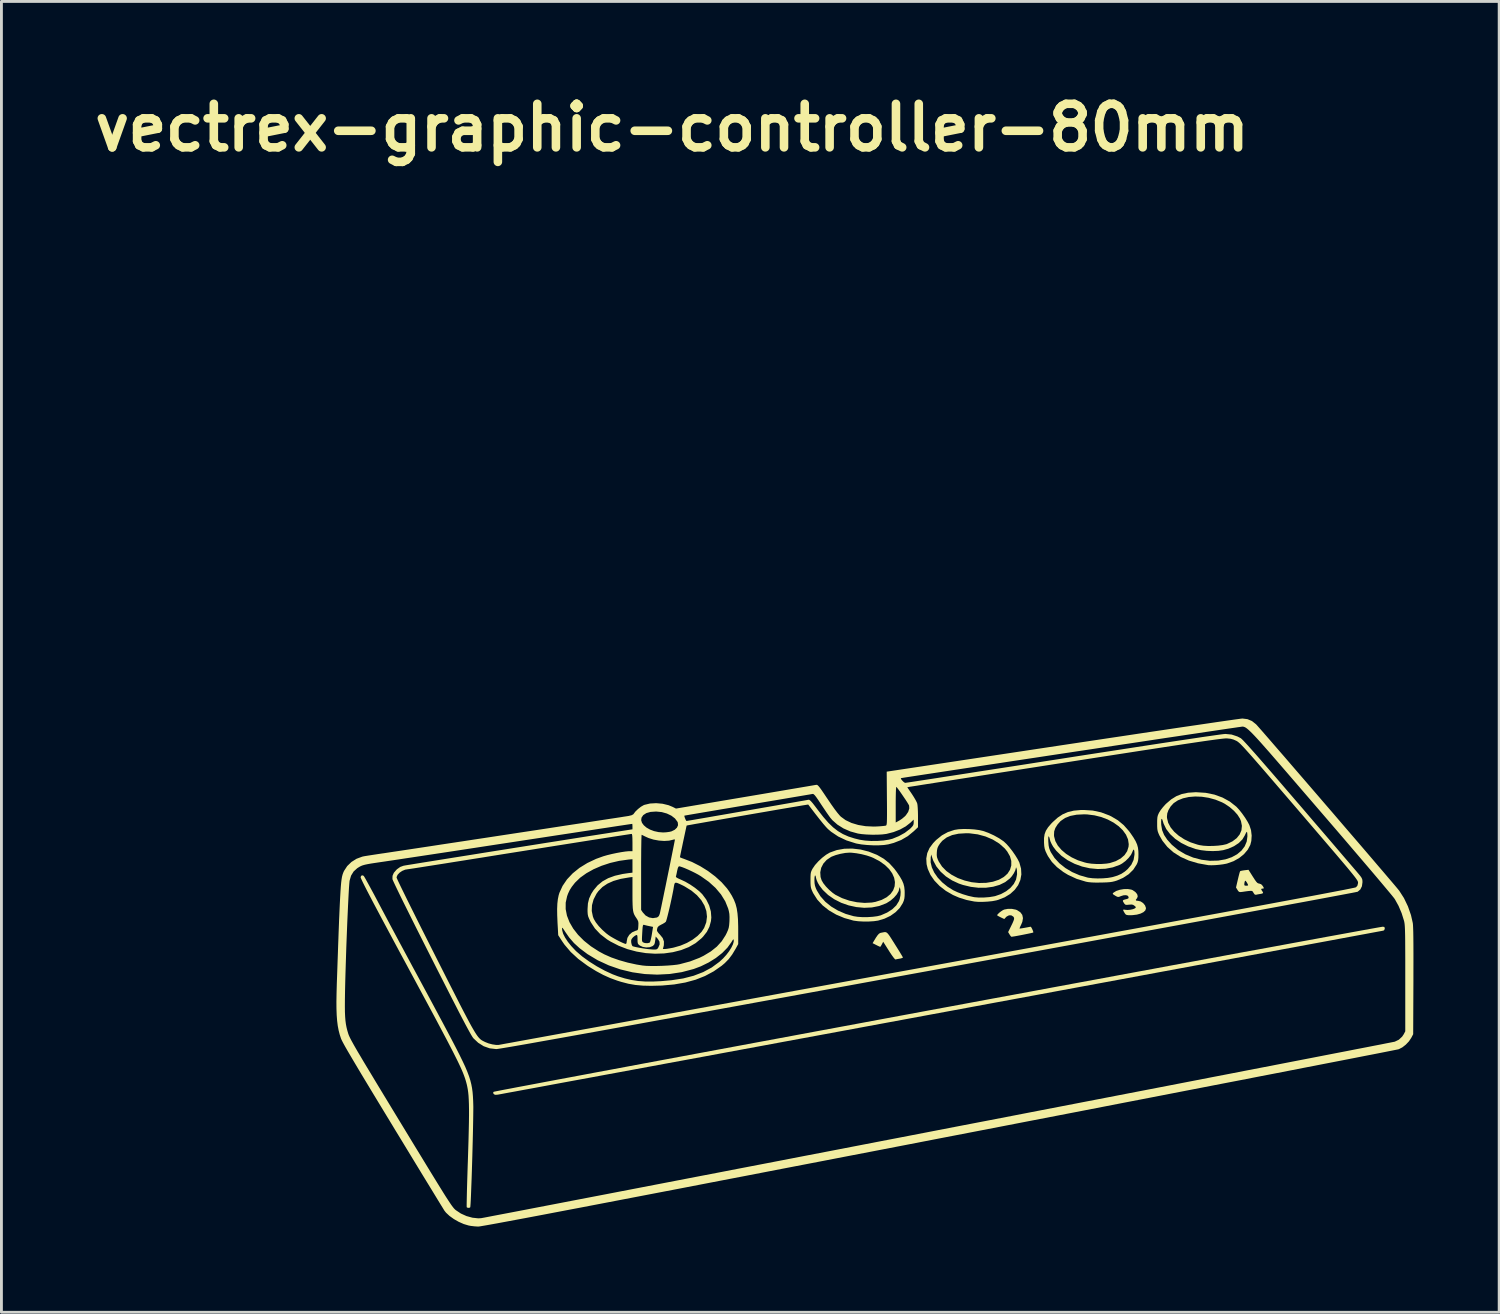
<source format=kicad_pcb>
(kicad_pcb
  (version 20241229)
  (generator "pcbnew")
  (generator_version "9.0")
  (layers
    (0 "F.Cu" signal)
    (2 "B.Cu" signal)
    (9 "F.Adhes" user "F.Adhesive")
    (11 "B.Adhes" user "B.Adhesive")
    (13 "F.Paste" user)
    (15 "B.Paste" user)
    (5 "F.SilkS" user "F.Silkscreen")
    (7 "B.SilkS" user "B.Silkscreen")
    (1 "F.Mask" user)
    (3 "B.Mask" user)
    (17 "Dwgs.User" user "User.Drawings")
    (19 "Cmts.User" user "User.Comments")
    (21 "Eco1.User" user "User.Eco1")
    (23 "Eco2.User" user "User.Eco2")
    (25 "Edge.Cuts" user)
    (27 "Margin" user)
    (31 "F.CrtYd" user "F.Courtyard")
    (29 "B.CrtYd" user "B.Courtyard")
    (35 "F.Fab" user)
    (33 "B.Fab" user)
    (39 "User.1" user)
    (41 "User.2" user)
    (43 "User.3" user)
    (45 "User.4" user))
  (footprint "vectrex-graphic-controller-80mm"
    (layer "F.Cu")
    (at 20.472 1.418)
    (property "Reference" "vectrex-graphic-controller-80mm" (at 0 0 0) (layer "F.SilkS") (effects (font (size 1.524 1.524) (thickness 0.3))))
    (attr board_only exclude_from_pos_files exclude_from_bom)
    (fp_poly (pts (xy 7.474 28.158) (xy 7.512 28.173) (xy 7.551 28.207) (xy 7.596 28.264) (xy 7.654 28.351) (xy 7.73 28.471) (xy 7.8 28.582) (xy 7.884 28.716) (xy 7.958 28.835) (xy 8.018 28.934) (xy 8.06 29.005) (xy 8.08 29.043) (xy 8.081 29.047) (xy 8.058 29.063) (xy 8.001 29.08) (xy 7.964 29.087) (xy 7.888 29.1) (xy 7.832 29.112) (xy 7.819 29.115) (xy 7.797 29.099) (xy 7.753 29.047) (xy 7.694 28.966) (xy 7.625 28.864) (xy 7.591 28.81) (xy 7.391 28.494) (xy 7.345 28.583) (xy 7.313 28.64) (xy 7.29 28.671) (xy 7.286 28.673) (xy 7.259 28.662) (xy 7.2 28.635) (xy 7.147 28.608) (xy 7.02 28.544) (xy 7.068 28.464) (xy 7.139 28.346) (xy 7.195 28.266) (xy 7.24 28.216) (xy 7.281 28.19) (xy 7.307 28.182) (xy 7.377 28.168) (xy 7.431 28.158)) (stroke (width 0) (type solid)) (fill yes) (layer "F.SilkS"))
    (fp_poly (pts (xy 11.898 27.344) (xy 12.03 27.37) (xy 12.073 27.386) (xy 12.189 27.46) (xy 12.259 27.554) (xy 12.283 27.667) (xy 12.261 27.798) (xy 12.22 27.896) (xy 12.186 27.966) (xy 12.166 28.016) (xy 12.164 28.031) (xy 12.191 28.031) (xy 12.254 28.022) (xy 12.342 28.007) (xy 12.36 28.004) (xy 12.451 27.987) (xy 12.518 27.974) (xy 12.551 27.968) (xy 12.553 27.968) (xy 12.572 27.988) (xy 12.6 28.037) (xy 12.626 28.096) (xy 12.644 28.147) (xy 12.645 28.17) (xy 12.616 28.179) (xy 12.549 28.195) (xy 12.453 28.215) (xy 12.34 28.238) (xy 12.219 28.262) (xy 12.102 28.284) (xy 11.999 28.303) (xy 11.921 28.315) (xy 11.879 28.32) (xy 11.878 28.32) (xy 11.856 28.301) (xy 11.821 28.252) (xy 11.813 28.238) (xy 11.764 28.156) (xy 11.857 27.968) (xy 11.916 27.847) (xy 11.953 27.761) (xy 11.971 27.703) (xy 11.972 27.662) (xy 11.957 27.63) (xy 11.943 27.613) (xy 11.875 27.571) (xy 11.794 27.57) (xy 11.715 27.61) (xy 11.691 27.632) (xy 11.629 27.699) (xy 11.504 27.64) (xy 11.435 27.605) (xy 11.389 27.577) (xy 11.378 27.566) (xy 11.398 27.532) (xy 11.447 27.484) (xy 11.512 27.433) (xy 11.579 27.389) (xy 11.628 27.367) (xy 11.756 27.343)) (stroke (width 0) (type solid)) (fill yes) (layer "F.SilkS"))
    (fp_poly (pts (xy 20.328 26.215) (xy 20.397 26.322) (xy 20.447 26.392) (xy 20.486 26.433) (xy 20.519 26.452) (xy 20.546 26.456) (xy 20.62 26.482) (xy 20.666 26.53) (xy 20.705 26.591) (xy 20.713 26.622) (xy 20.69 26.633) (xy 20.667 26.633) (xy 20.626 26.642) (xy 20.624 26.671) (xy 20.656 26.72) (xy 20.686 26.768) (xy 20.681 26.796) (xy 20.636 26.813) (xy 20.586 26.822) (xy 20.508 26.835) (xy 20.447 26.848) (xy 20.436 26.851) (xy 20.393 26.84) (xy 20.352 26.783) (xy 20.334 26.749) (xy 20.316 26.727) (xy 20.289 26.715) (xy 20.244 26.713) (xy 20.173 26.719) (xy 20.067 26.733) (xy 19.96 26.749) (xy 19.888 26.756) (xy 19.846 26.747) (xy 19.813 26.714) (xy 19.792 26.68) (xy 19.74 26.596) (xy 19.761 26.504) (xy 20.03 26.504) (xy 20.046 26.528) (xy 20.091 26.533) (xy 20.093 26.533) (xy 20.144 26.529) (xy 20.164 26.519) (xy 20.152 26.481) (xy 20.124 26.429) (xy 20.092 26.381) (xy 20.067 26.357) (xy 20.065 26.357) (xy 20.048 26.379) (xy 20.035 26.433) (xy 20.033 26.445) (xy 20.03 26.504) (xy 19.761 26.504) (xy 19.804 26.319) (xy 19.831 26.207) (xy 19.855 26.113) (xy 19.874 26.049) (xy 19.884 26.025) (xy 19.916 26.013) (xy 19.981 26) (xy 20.038 25.992) (xy 20.177 25.976)) (stroke (width 0) (type solid)) (fill yes) (layer "F.SilkS"))
    (fp_poly (pts (xy 16.071 26.668) (xy 16.124 26.689) (xy 16.219 26.755) (xy 16.279 26.828) (xy 16.3 26.902) (xy 16.278 26.968) (xy 16.265 26.983) (xy 16.232 27.027) (xy 16.243 27.053) (xy 16.301 27.062) (xy 16.31 27.062) (xy 16.403 27.084) (xy 16.489 27.141) (xy 16.555 27.221) (xy 16.587 27.31) (xy 16.588 27.328) (xy 16.566 27.397) (xy 16.5 27.459) (xy 16.399 27.509) (xy 16.27 27.545) (xy 16.12 27.563) (xy 16.059 27.565) (xy 15.968 27.564) (xy 15.912 27.556) (xy 15.877 27.537) (xy 15.848 27.5) (xy 15.836 27.48) (xy 15.797 27.412) (xy 15.789 27.377) (xy 15.813 27.368) (xy 15.858 27.376) (xy 15.944 27.383) (xy 16.045 27.374) (xy 16.138 27.353) (xy 16.204 27.324) (xy 16.204 27.323) (xy 16.232 27.296) (xy 16.227 27.272) (xy 16.187 27.235) (xy 16.139 27.203) (xy 16.085 27.191) (xy 16.004 27.196) (xy 15.994 27.197) (xy 15.917 27.204) (xy 15.871 27.198) (xy 15.839 27.171) (xy 15.812 27.131) (xy 15.783 27.08) (xy 15.781 27.047) (xy 15.814 27.026) (xy 15.887 27.006) (xy 15.918 26.999) (xy 15.969 26.979) (xy 15.982 26.941) (xy 15.98 26.928) (xy 15.952 26.885) (xy 15.89 26.864) (xy 15.805 26.868) (xy 15.71 26.897) (xy 15.706 26.899) (xy 15.647 26.923) (xy 15.604 26.926) (xy 15.556 26.907) (xy 15.509 26.88) (xy 15.448 26.841) (xy 15.425 26.817) (xy 15.433 26.794) (xy 15.451 26.777) (xy 15.545 26.718) (xy 15.671 26.676) (xy 15.811 26.652) (xy 15.95 26.649)) (stroke (width 0) (type solid)) (fill yes) (layer "F.SilkS"))
    (fp_poly (pts (xy -10.793 26.188) (xy -10.774 26.216) (xy -10.734 26.284) (xy -10.677 26.387) (xy -10.603 26.521) (xy -10.517 26.68) (xy -10.42 26.859) (xy -10.316 27.055) (xy -10.253 27.175) (xy -10.144 27.381) (xy -10.015 27.624) (xy -9.871 27.895) (xy -9.715 28.186) (xy -9.553 28.489) (xy -9.388 28.796) (xy -9.225 29.099) (xy -9.069 29.39) (xy -8.994 29.528) (xy -8.848 29.798) (xy -8.699 30.075) (xy -8.55 30.351) (xy -8.405 30.621) (xy -8.268 30.877) (xy -8.141 31.114) (xy -8.028 31.325) (xy -7.934 31.502) (xy -7.879 31.605) (xy -7.709 31.927) (xy -7.562 32.21) (xy -7.436 32.458) (xy -7.329 32.677) (xy -7.239 32.869) (xy -7.166 33.042) (xy -7.107 33.198) (xy -7.061 33.343) (xy -7.026 33.482) (xy -7 33.618) (xy -6.981 33.758) (xy -6.969 33.905) (xy -6.961 34.064) (xy -6.957 34.186) (xy -6.955 34.278) (xy -6.956 34.408) (xy -6.958 34.573) (xy -6.961 34.766) (xy -6.965 34.983) (xy -6.97 35.22) (xy -6.976 35.47) (xy -6.983 35.73) (xy -6.99 35.994) (xy -6.998 36.258) (xy -7.006 36.515) (xy -7.014 36.763) (xy -7.023 36.995) (xy -7.031 37.206) (xy -7.038 37.393) (xy -7.045 37.549) (xy -7.052 37.67) (xy -7.058 37.752) (xy -7.063 37.788) (xy -7.063 37.789) (xy -7.099 37.808) (xy -7.15 37.807) (xy -7.186 37.787) (xy -7.188 37.758) (xy -7.188 37.683) (xy -7.186 37.567) (xy -7.183 37.413) (xy -7.179 37.227) (xy -7.173 37.012) (xy -7.166 36.773) (xy -7.158 36.514) (xy -7.149 36.239) (xy -7.147 36.194) (xy -7.134 35.784) (xy -7.123 35.421) (xy -7.115 35.1) (xy -7.109 34.819) (xy -7.106 34.574) (xy -7.106 34.362) (xy -7.109 34.178) (xy -7.115 34.019) (xy -7.123 33.881) (xy -7.135 33.762) (xy -7.15 33.656) (xy -7.168 33.562) (xy -7.183 33.493) (xy -7.202 33.421) (xy -7.222 33.35) (xy -7.245 33.277) (xy -7.272 33.201) (xy -7.303 33.118) (xy -7.34 33.027) (xy -7.385 32.925) (xy -7.438 32.81) (xy -7.5 32.68) (xy -7.574 32.532) (xy -7.659 32.363) (xy -7.757 32.173) (xy -7.869 31.957) (xy -7.997 31.715) (xy -8.141 31.443) (xy -8.302 31.14) (xy -8.483 30.803) (xy -8.684 30.429) (xy -8.906 30.017) (xy -9.15 29.564) (xy -9.264 29.352) (xy -9.519 28.88) (xy -9.75 28.45) (xy -9.957 28.063) (xy -10.143 27.716) (xy -10.306 27.409) (xy -10.449 27.14) (xy -10.57 26.908) (xy -10.672 26.713) (xy -10.754 26.552) (xy -10.817 26.426) (xy -10.862 26.332) (xy -10.89 26.27) (xy -10.9 26.238) (xy -10.9 26.236) (xy -10.882 26.186) (xy -10.838 26.169)) (stroke (width 0) (type solid)) (fill yes) (layer "F.SilkS"))
    (fp_poly (pts (xy 24.93 27.977) (xy 24.946 28.013) (xy 24.947 28.029) (xy 24.93 28.084) (xy 24.903 28.103) (xy 24.876 28.109) (xy 24.802 28.123) (xy 24.681 28.145) (xy 24.515 28.176) (xy 24.307 28.215) (xy 24.057 28.261) (xy 23.767 28.315) (xy 23.439 28.376) (xy 23.074 28.444) (xy 22.675 28.518) (xy 22.242 28.598) (xy 21.778 28.685) (xy 21.283 28.776) (xy 20.76 28.873) (xy 20.211 28.975) (xy 19.635 29.082) (xy 19.037 29.193) (xy 18.416 29.308) (xy 17.775 29.427) (xy 17.115 29.549) (xy 16.438 29.675) (xy 15.746 29.803) (xy 15.04 29.934) (xy 14.321 30.067) (xy 13.592 30.202) (xy 12.853 30.339) (xy 12.108 30.477) (xy 11.356 30.616) (xy 10.6 30.756) (xy 9.842 30.897) (xy 9.083 31.037) (xy 8.324 31.178) (xy 7.568 31.318) (xy 6.816 31.457) (xy 6.069 31.596) (xy 5.329 31.733) (xy 4.598 31.868) (xy 3.878 32.001) (xy 3.169 32.133) (xy 2.474 32.261) (xy 1.795 32.387) (xy 1.132 32.51) (xy 0.488 32.629) (xy -0.137 32.744) (xy -0.739 32.856) (xy -1.318 32.963) (xy -1.873 33.066) (xy -2.4 33.163) (xy -2.9 33.256) (xy -3.369 33.342) (xy -3.808 33.423) (xy -4.213 33.498) (xy -4.583 33.567) (xy -4.918 33.629) (xy -5.214 33.683) (xy -5.471 33.731) (xy -5.686 33.77) (xy -5.859 33.802) (xy -5.988 33.826) (xy -6.071 33.841) (xy -6.105 33.847) (xy -6.106 33.847) (xy -6.182 33.852) (xy -6.227 33.836) (xy -6.242 33.822) (xy -6.264 33.783) (xy -6.246 33.751) (xy -6.241 33.746) (xy -6.215 33.74) (xy -6.141 33.725) (xy -6.02 33.701) (xy -5.855 33.669) (xy -5.647 33.63) (xy -5.398 33.582) (xy -5.108 33.528) (xy -4.781 33.466) (xy -4.417 33.397) (xy -4.018 33.322) (xy -3.585 33.241) (xy -3.121 33.154) (xy -2.627 33.061) (xy -2.104 32.964) (xy -1.554 32.861) (xy -0.979 32.753) (xy -0.381 32.642) (xy 0.24 32.526) (xy 0.881 32.406) (xy 1.541 32.283) (xy 2.219 32.157) (xy 2.911 32.028) (xy 3.618 31.897) (xy 4.337 31.763) (xy 5.067 31.627) (xy 5.806 31.49) (xy 6.553 31.351) (xy 7.305 31.211) (xy 8.062 31.07) (xy 8.821 30.929) (xy 9.582 30.788) (xy 10.342 30.647) (xy 11.099 30.506) (xy 11.853 30.367) (xy 12.602 30.228) (xy 13.343 30.09) (xy 14.076 29.954) (xy 14.799 29.821) (xy 15.51 29.689) (xy 16.207 29.56) (xy 16.889 29.434) (xy 17.555 29.31) (xy 18.202 29.191) (xy 18.829 29.075) (xy 19.435 28.963) (xy 20.017 28.855) (xy 20.575 28.753) (xy 21.107 28.655) (xy 21.61 28.562) (xy 22.084 28.475) (xy 22.526 28.394) (xy 22.936 28.318) (xy 23.311 28.25) (xy 23.65 28.188) (xy 23.951 28.133) (xy 24.213 28.085) (xy 24.435 28.045) (xy 24.613 28.013) (xy 24.748 27.989) (xy 24.836 27.974) (xy 24.877 27.968) (xy 24.88 27.968)) (stroke (width 0) (type solid)) (fill yes) (layer "F.SilkS"))
    (fp_poly (pts (xy 10.388 24.55) (xy 10.578 24.563) (xy 10.752 24.586) (xy 10.888 24.617) (xy 11.073 24.683) (xy 11.267 24.772) (xy 11.449 24.873) (xy 11.602 24.977) (xy 11.609 24.982) (xy 11.701 25.068) (xy 11.806 25.186) (xy 11.913 25.323) (xy 12.013 25.467) (xy 12.097 25.603) (xy 12.155 25.719) (xy 12.158 25.725) (xy 12.216 25.935) (xy 12.227 26.139) (xy 12.192 26.333) (xy 12.114 26.514) (xy 11.994 26.678) (xy 11.837 26.821) (xy 11.643 26.939) (xy 11.416 27.028) (xy 11.348 27.047) (xy 11.21 27.073) (xy 11.043 27.09) (xy 10.865 27.099) (xy 10.698 27.097) (xy 10.579 27.086) (xy 10.313 27.033) (xy 10.049 26.951) (xy 9.834 26.858) (xy 9.583 26.713) (xy 9.366 26.544) (xy 9.186 26.357) (xy 9.046 26.156) (xy 8.951 25.945) (xy 8.91 25.78) (xy 8.906 25.715) (xy 9.051 25.715) (xy 9.094 25.894) (xy 9.178 26.074) (xy 9.3 26.25) (xy 9.457 26.416) (xy 9.644 26.568) (xy 9.843 26.692) (xy 9.996 26.763) (xy 10.178 26.831) (xy 10.37 26.889) (xy 10.552 26.929) (xy 10.585 26.935) (xy 10.74 26.948) (xy 10.92 26.946) (xy 11.104 26.932) (xy 11.269 26.905) (xy 11.312 26.896) (xy 11.513 26.826) (xy 11.693 26.728) (xy 11.845 26.608) (xy 11.962 26.472) (xy 12.037 26.325) (xy 12.043 26.305) (xy 12.077 26.133) (xy 12.071 25.98) (xy 12.058 25.929) (xy 12.043 25.89) (xy 12.037 25.899) (xy 12.035 25.914) (xy 12.014 25.997) (xy 11.964 26.097) (xy 11.894 26.201) (xy 11.825 26.279) (xy 11.661 26.407) (xy 11.464 26.504) (xy 11.239 26.569) (xy 10.992 26.603) (xy 10.73 26.605) (xy 10.459 26.573) (xy 10.185 26.507) (xy 10.042 26.459) (xy 9.802 26.348) (xy 9.586 26.208) (xy 9.401 26.042) (xy 9.252 25.858) (xy 9.145 25.66) (xy 9.119 25.589) (xy 9.077 25.459) (xy 9.265 25.459) (xy 9.274 25.534) (xy 9.3 25.61) (xy 9.337 25.689) (xy 9.45 25.863) (xy 9.603 26.019) (xy 9.791 26.154) (xy 10.005 26.266) (xy 10.241 26.352) (xy 10.489 26.411) (xy 10.744 26.438) (xy 10.999 26.432) (xy 11.233 26.393) (xy 11.443 26.323) (xy 11.613 26.227) (xy 11.743 26.11) (xy 11.83 25.974) (xy 11.874 25.825) (xy 11.874 25.666) (xy 11.827 25.501) (xy 11.732 25.335) (xy 11.641 25.224) (xy 11.452 25.057) (xy 11.227 24.918) (xy 10.974 24.81) (xy 10.701 24.736) (xy 10.415 24.699) (xy 10.295 24.696) (xy 10.03 24.712) (xy 9.803 24.761) (xy 9.613 24.844) (xy 9.46 24.96) (xy 9.381 25.054) (xy 9.323 25.142) (xy 9.291 25.214) (xy 9.274 25.294) (xy 9.268 25.363) (xy 9.265 25.459) (xy 9.077 25.459) (xy 9.071 25.44) (xy 9.054 25.543) (xy 9.051 25.715) (xy 8.906 25.715) (xy 8.899 25.58) (xy 8.933 25.391) (xy 9.014 25.211) (xy 9.143 25.037) (xy 9.244 24.933) (xy 9.446 24.77) (xy 9.66 24.653) (xy 9.887 24.579) (xy 10.027 24.557) (xy 10.199 24.548)) (stroke (width 0) (type solid)) (fill yes) (layer "F.SilkS"))
    (fp_poly (pts (xy 18.679 23.282) (xy 18.984 23.344) (xy 19.267 23.447) (xy 19.524 23.588) (xy 19.749 23.766) (xy 19.757 23.773) (xy 19.852 23.876) (xy 19.956 24.008) (xy 20.059 24.154) (xy 20.148 24.298) (xy 20.207 24.411) (xy 20.265 24.587) (xy 20.288 24.777) (xy 20.276 24.965) (xy 20.24 25.105) (xy 20.15 25.274) (xy 20.018 25.429) (xy 19.851 25.564) (xy 19.655 25.674) (xy 19.438 25.752) (xy 19.396 25.763) (xy 19.285 25.784) (xy 19.149 25.801) (xy 19.008 25.813) (xy 18.878 25.817) (xy 18.777 25.814) (xy 18.767 25.813) (xy 18.412 25.749) (xy 18.09 25.653) (xy 17.803 25.525) (xy 17.552 25.366) (xy 17.339 25.178) (xy 17.165 24.96) (xy 17.057 24.771) (xy 17.021 24.689) (xy 16.998 24.621) (xy 16.985 24.548) (xy 16.98 24.455) (xy 16.98 24.355) (xy 16.98 24.268) (xy 17.119 24.268) (xy 17.121 24.368) (xy 17.124 24.413) (xy 17.154 24.588) (xy 17.222 24.755) (xy 17.332 24.921) (xy 17.486 25.092) (xy 17.492 25.099) (xy 17.713 25.283) (xy 17.965 25.433) (xy 18.24 25.548) (xy 18.529 25.624) (xy 18.823 25.661) (xy 19.116 25.654) (xy 19.369 25.61) (xy 19.591 25.535) (xy 19.779 25.432) (xy 19.931 25.304) (xy 20.044 25.155) (xy 20.114 24.988) (xy 20.139 24.806) (xy 20.139 24.804) (xy 20.136 24.722) (xy 20.129 24.665) (xy 20.12 24.645) (xy 20.1 24.666) (xy 20.071 24.72) (xy 20.052 24.764) (xy 19.966 24.909) (xy 19.837 25.039) (xy 19.669 25.15) (xy 19.47 25.238) (xy 19.29 25.289) (xy 19.122 25.313) (xy 18.925 25.321) (xy 18.717 25.313) (xy 18.515 25.289) (xy 18.338 25.252) (xy 18.334 25.251) (xy 18.066 25.157) (xy 17.823 25.036) (xy 17.612 24.893) (xy 17.436 24.73) (xy 17.299 24.552) (xy 17.206 24.362) (xy 17.184 24.292) (xy 17.16 24.217) (xy 17.14 24.19) (xy 17.126 24.208) (xy 17.119 24.268) (xy 16.98 24.268) (xy 16.981 24.235) (xy 16.987 24.149) (xy 16.994 24.112) (xy 17.322 24.112) (xy 17.325 24.164) (xy 17.365 24.33) (xy 17.451 24.492) (xy 17.577 24.645) (xy 17.739 24.786) (xy 17.932 24.911) (xy 18.15 25.015) (xy 18.389 25.094) (xy 18.461 25.112) (xy 18.598 25.133) (xy 18.763 25.143) (xy 18.94 25.141) (xy 19.116 25.13) (xy 19.275 25.109) (xy 19.403 25.08) (xy 19.427 25.071) (xy 19.615 24.981) (xy 19.763 24.869) (xy 19.868 24.739) (xy 19.93 24.594) (xy 19.946 24.437) (xy 19.914 24.272) (xy 19.877 24.183) (xy 19.791 24.048) (xy 19.667 23.91) (xy 19.517 23.78) (xy 19.351 23.668) (xy 19.252 23.615) (xy 19.021 23.521) (xy 18.783 23.456) (xy 18.544 23.419) (xy 18.31 23.41) (xy 18.088 23.428) (xy 17.884 23.474) (xy 17.706 23.545) (xy 17.558 23.643) (xy 17.452 23.759) (xy 17.375 23.887) (xy 17.334 24) (xy 17.322 24.112) (xy 16.994 24.112) (xy 17 24.084) (xy 17.024 24.022) (xy 17.052 23.966) (xy 17.104 23.884) (xy 17.181 23.786) (xy 17.267 23.69) (xy 17.294 23.663) (xy 17.47 23.512) (xy 17.65 23.4) (xy 17.845 23.323) (xy 18.063 23.278) (xy 18.315 23.261) (xy 18.356 23.261)) (stroke (width 0) (type solid)) (fill yes) (layer "F.SilkS"))
    (fp_poly (pts (xy 6.597 25.266) (xy 6.884 25.339) (xy 7.165 25.45) (xy 7.193 25.464) (xy 7.413 25.591) (xy 7.606 25.747) (xy 7.782 25.941) (xy 7.868 26.056) (xy 7.973 26.212) (xy 8.049 26.343) (xy 8.099 26.46) (xy 8.128 26.574) (xy 8.141 26.697) (xy 8.143 26.772) (xy 8.141 26.892) (xy 8.132 26.98) (xy 8.113 27.054) (xy 8.08 27.134) (xy 8.076 27.143) (xy 7.971 27.31) (xy 7.825 27.459) (xy 7.645 27.587) (xy 7.438 27.686) (xy 7.212 27.754) (xy 7.212 27.754) (xy 7.064 27.775) (xy 6.887 27.786) (xy 6.699 27.787) (xy 6.52 27.777) (xy 6.368 27.757) (xy 6.346 27.753) (xy 6.034 27.665) (xy 5.747 27.545) (xy 5.491 27.396) (xy 5.269 27.22) (xy 5.085 27.021) (xy 4.944 26.8) (xy 4.923 26.759) (xy 4.888 26.68) (xy 4.865 26.613) (xy 4.853 26.543) (xy 4.847 26.454) (xy 4.846 26.337) (xy 4.984 26.337) (xy 4.988 26.446) (xy 5.003 26.533) (xy 5.034 26.623) (xy 5.068 26.697) (xy 5.195 26.904) (xy 5.364 27.094) (xy 5.571 27.262) (xy 5.811 27.405) (xy 6.078 27.52) (xy 6.357 27.6) (xy 6.499 27.622) (xy 6.667 27.633) (xy 6.846 27.632) (xy 7.022 27.621) (xy 7.179 27.601) (xy 7.302 27.571) (xy 7.308 27.569) (xy 7.528 27.473) (xy 7.709 27.357) (xy 7.847 27.224) (xy 7.94 27.076) (xy 7.967 27.004) (xy 7.995 26.875) (xy 8.002 26.751) (xy 7.989 26.648) (xy 7.98 26.621) (xy 7.963 26.585) (xy 7.958 26.596) (xy 7.957 26.621) (xy 7.931 26.724) (xy 7.866 26.837) (xy 7.769 26.949) (xy 7.649 27.053) (xy 7.512 27.14) (xy 7.488 27.152) (xy 7.251 27.243) (xy 6.994 27.294) (xy 6.725 27.306) (xy 6.453 27.281) (xy 6.183 27.222) (xy 5.923 27.131) (xy 5.68 27.008) (xy 5.462 26.857) (xy 5.275 26.679) (xy 5.156 26.522) (xy 5.103 26.431) (xy 5.063 26.34) (xy 5.044 26.276) (xy 5.027 26.199) (xy 5.01 26.17) (xy 4.997 26.187) (xy 4.987 26.248) (xy 4.984 26.337) (xy 4.846 26.337) (xy 4.846 26.331) (xy 4.847 26.209) (xy 4.852 26.123) (xy 4.862 26.065) (xy 5.188 26.065) (xy 5.199 26.229) (xy 5.236 26.344) (xy 5.296 26.447) (xy 5.388 26.563) (xy 5.501 26.679) (xy 5.622 26.783) (xy 5.716 26.849) (xy 5.95 26.967) (xy 6.206 27.056) (xy 6.473 27.112) (xy 6.739 27.135) (xy 6.992 27.122) (xy 7.122 27.098) (xy 7.338 27.029) (xy 7.513 26.936) (xy 7.647 26.824) (xy 7.739 26.696) (xy 7.791 26.555) (xy 7.802 26.407) (xy 7.774 26.254) (xy 7.706 26.101) (xy 7.599 25.951) (xy 7.453 25.809) (xy 7.268 25.677) (xy 7.046 25.56) (xy 6.965 25.526) (xy 6.813 25.475) (xy 6.636 25.43) (xy 6.454 25.397) (xy 6.287 25.378) (xy 6.213 25.375) (xy 6.063 25.386) (xy 5.894 25.417) (xy 5.729 25.461) (xy 5.588 25.515) (xy 5.565 25.527) (xy 5.413 25.629) (xy 5.297 25.758) (xy 5.221 25.905) (xy 5.188 26.065) (xy 4.862 26.065) (xy 4.863 26.059) (xy 4.884 26.003) (xy 4.916 25.94) (xy 4.919 25.936) (xy 5.003 25.812) (xy 5.12 25.681) (xy 5.255 25.555) (xy 5.394 25.448) (xy 5.522 25.373) (xy 5.765 25.286) (xy 6.03 25.239) (xy 6.309 25.233)) (stroke (width 0) (type solid)) (fill yes) (layer "F.SilkS"))
    (fp_poly (pts (xy 14.723 23.902) (xy 15.015 23.964) (xy 15.3 24.071) (xy 15.371 24.105) (xy 15.605 24.243) (xy 15.81 24.413) (xy 15.995 24.623) (xy 16.048 24.695) (xy 16.153 24.849) (xy 16.228 24.978) (xy 16.278 25.091) (xy 16.308 25.203) (xy 16.322 25.322) (xy 16.325 25.425) (xy 16.323 25.549) (xy 16.314 25.639) (xy 16.297 25.71) (xy 16.269 25.777) (xy 16.267 25.782) (xy 16.147 25.969) (xy 15.985 26.129) (xy 15.784 26.26) (xy 15.576 26.35) (xy 15.493 26.376) (xy 15.414 26.395) (xy 15.326 26.408) (xy 15.217 26.416) (xy 15.073 26.421) (xy 15.029 26.422) (xy 14.84 26.424) (xy 14.691 26.419) (xy 14.569 26.407) (xy 14.488 26.392) (xy 14.167 26.295) (xy 13.86 26.153) (xy 13.693 26.051) (xy 13.472 25.882) (xy 13.295 25.7) (xy 13.157 25.497) (xy 13.122 25.429) (xy 13.073 25.326) (xy 13.044 25.239) (xy 13.028 25.147) (xy 13.02 25.027) (xy 13.02 25.026) (xy 13.02 24.882) (xy 13.167 24.882) (xy 13.17 24.99) (xy 13.171 25) (xy 13.181 25.125) (xy 13.201 25.221) (xy 13.235 25.311) (xy 13.26 25.363) (xy 13.389 25.564) (xy 13.561 25.75) (xy 13.769 25.915) (xy 14.006 26.056) (xy 14.266 26.168) (xy 14.542 26.247) (xy 14.577 26.254) (xy 14.723 26.272) (xy 14.897 26.279) (xy 15.08 26.275) (xy 15.254 26.26) (xy 15.4 26.235) (xy 15.413 26.232) (xy 15.586 26.18) (xy 15.726 26.118) (xy 15.849 26.037) (xy 15.951 25.948) (xy 16.076 25.798) (xy 16.155 25.63) (xy 16.186 25.445) (xy 16.187 25.413) (xy 16.182 25.321) (xy 16.168 25.273) (xy 16.149 25.272) (xy 16.124 25.318) (xy 16.114 25.349) (xy 16.065 25.451) (xy 15.98 25.561) (xy 15.873 25.667) (xy 15.754 25.756) (xy 15.674 25.801) (xy 15.431 25.89) (xy 15.17 25.939) (xy 14.898 25.949) (xy 14.623 25.923) (xy 14.352 25.862) (xy 14.091 25.767) (xy 13.849 25.642) (xy 13.631 25.488) (xy 13.446 25.307) (xy 13.337 25.163) (xy 13.285 25.071) (xy 13.244 24.981) (xy 13.225 24.917) (xy 13.209 24.85) (xy 13.189 24.809) (xy 13.184 24.804) (xy 13.172 24.819) (xy 13.167 24.882) (xy 13.02 24.882) (xy 13.02 24.865) (xy 13.036 24.758) (xy 13.369 24.758) (xy 13.373 24.808) (xy 13.416 24.971) (xy 13.504 25.131) (xy 13.633 25.282) (xy 13.796 25.42) (xy 13.99 25.542) (xy 14.208 25.644) (xy 14.447 25.72) (xy 14.525 25.739) (xy 14.679 25.762) (xy 14.856 25.773) (xy 15.039 25.772) (xy 15.208 25.759) (xy 15.325 25.74) (xy 15.532 25.673) (xy 15.704 25.579) (xy 15.838 25.462) (xy 15.93 25.325) (xy 15.978 25.17) (xy 15.985 25.08) (xy 15.96 24.911) (xy 15.889 24.747) (xy 15.778 24.593) (xy 15.632 24.451) (xy 15.454 24.324) (xy 15.251 24.216) (xy 15.027 24.13) (xy 14.787 24.07) (xy 14.535 24.038) (xy 14.424 24.034) (xy 14.163 24.047) (xy 13.94 24.09) (xy 13.753 24.164) (xy 13.599 24.271) (xy 13.496 24.386) (xy 13.417 24.511) (xy 13.376 24.629) (xy 13.369 24.758) (xy 13.036 24.758) (xy 13.04 24.73) (xy 13.085 24.609) (xy 13.16 24.491) (xy 13.27 24.362) (xy 13.327 24.304) (xy 13.498 24.15) (xy 13.671 24.035) (xy 13.855 23.955) (xy 14.061 23.906) (xy 14.298 23.884) (xy 14.412 23.882)) (stroke (width 0) (type solid)) (fill yes) (layer "F.SilkS"))
    (fp_poly (pts (xy 20.14 20.703) (xy 20.298 20.769) (xy 20.441 20.883) (xy 20.446 20.888) (xy 20.481 20.926) (xy 20.546 21) (xy 20.64 21.106) (xy 20.759 21.243) (xy 20.902 21.407) (xy 21.065 21.596) (xy 21.248 21.807) (xy 21.448 22.037) (xy 21.661 22.285) (xy 21.887 22.547) (xy 22.123 22.82) (xy 22.366 23.102) (xy 22.615 23.391) (xy 22.866 23.683) (xy 23.119 23.976) (xy 23.369 24.268) (xy 23.616 24.556) (xy 23.857 24.836) (xy 24.09 25.107) (xy 24.312 25.366) (xy 24.521 25.61) (xy 24.714 25.837) (xy 24.891 26.043) (xy 25.047 26.227) (xy 25.182 26.385) (xy 25.293 26.516) (xy 25.376 26.615) (xy 25.431 26.682) (xy 25.453 26.709) (xy 25.618 26.966) (xy 25.757 27.255) (xy 25.864 27.561) (xy 25.928 27.842) (xy 25.934 27.903) (xy 25.939 28.008) (xy 25.944 28.159) (xy 25.947 28.357) (xy 25.949 28.601) (xy 25.95 28.892) (xy 25.95 29.232) (xy 25.949 29.622) (xy 25.949 29.868) (xy 25.941 31.731) (xy 25.873 31.86) (xy 25.792 31.981) (xy 25.683 32.096) (xy 25.563 32.19) (xy 25.444 32.252) (xy 25.431 32.257) (xy 25.4 32.264) (xy 25.32 32.28) (xy 25.194 32.305) (xy 25.023 32.339) (xy 24.807 32.382) (xy 24.548 32.433) (xy 24.248 32.491) (xy 23.908 32.558) (xy 23.529 32.632) (xy 23.112 32.713) (xy 22.659 32.801) (xy 22.17 32.896) (xy 21.649 32.998) (xy 21.095 33.106) (xy 20.509 33.219) (xy 19.895 33.339) (xy 19.251 33.463) (xy 18.581 33.593) (xy 17.885 33.728) (xy 17.164 33.868) (xy 16.421 34.012) (xy 15.655 34.16) (xy 14.869 34.313) (xy 14.064 34.469) (xy 13.241 34.628) (xy 12.402 34.79) (xy 11.547 34.956) (xy 10.678 35.124) (xy 9.797 35.294) (xy 9.35 35.38) (xy 8.231 35.597) (xy 7.16 35.804) (xy 6.136 36.001) (xy 5.16 36.19) (xy 4.229 36.369) (xy 3.343 36.54) (xy 2.502 36.703) (xy 1.703 36.856) (xy 0.947 37.002) (xy 0.233 37.14) (xy -0.441 37.269) (xy -1.076 37.391) (xy -1.671 37.505) (xy -2.228 37.612) (xy -2.749 37.712) (xy -3.233 37.805) (xy -3.682 37.89) (xy -4.097 37.969) (xy -4.478 38.042) (xy -4.826 38.108) (xy -5.143 38.168) (xy -5.429 38.221) (xy -5.685 38.269) (xy -5.912 38.311) (xy -6.11 38.348) (xy -6.281 38.379) (xy -6.426 38.405) (xy -6.545 38.426) (xy -6.64 38.442) (xy -6.711 38.454) (xy -6.758 38.461) (xy -6.784 38.463) (xy -6.786 38.463) (xy -6.907 38.456) (xy -7.038 38.441) (xy -7.12 38.426) (xy -7.29 38.375) (xy -7.467 38.297) (xy -7.637 38.2) (xy -7.789 38.091) (xy -7.911 37.977) (xy -7.965 37.909) (xy -7.985 37.877) (xy -8.029 37.805) (xy -8.097 37.695) (xy -8.186 37.55) (xy -8.294 37.372) (xy -8.421 37.164) (xy -8.565 36.929) (xy -8.724 36.669) (xy -8.896 36.386) (xy -9.08 36.084) (xy -9.274 35.765) (xy -9.477 35.431) (xy -9.688 35.086) (xy -9.768 34.953) (xy -10.036 34.512) (xy -10.279 34.112) (xy -10.497 33.752) (xy -10.692 33.429) (xy -10.865 33.142) (xy -11.016 32.889) (xy -11.147 32.668) (xy -11.259 32.478) (xy -11.353 32.318) (xy -11.43 32.184) (xy -11.49 32.076) (xy -11.535 31.991) (xy -11.566 31.929) (xy -11.584 31.887) (xy -11.585 31.886) (xy -11.632 31.743) (xy -11.67 31.595) (xy -11.7 31.437) (xy -11.722 31.263) (xy -11.737 31.067) (xy -11.745 30.844) (xy -11.746 30.766) (xy -11.451 30.766) (xy -11.449 30.955) (xy -11.442 31.116) (xy -11.431 31.254) (xy -11.415 31.376) (xy -11.393 31.491) (xy -11.365 31.604) (xy -11.337 31.698) (xy -11.326 31.732) (xy -11.311 31.771) (xy -11.291 31.816) (xy -11.265 31.87) (xy -11.232 31.935) (xy -11.189 32.013) (xy -11.137 32.107) (xy -11.073 32.219) (xy -10.996 32.352) (xy -10.904 32.506) (xy -10.798 32.686) (xy -10.674 32.892) (xy -10.532 33.127) (xy -10.371 33.395) (xy -10.189 33.696) (xy -9.985 34.032) (xy -9.757 34.408) (xy -9.504 34.824) (xy -9.491 34.845) (xy -9.239 35.26) (xy -9.012 35.634) (xy -8.807 35.969) (xy -8.625 36.268) (xy -8.464 36.532) (xy -8.321 36.765) (xy -8.196 36.968) (xy -8.087 37.144) (xy -7.994 37.294) (xy -7.914 37.421) (xy -7.845 37.527) (xy -7.788 37.614) (xy -7.74 37.685) (xy -7.7 37.742) (xy -7.666 37.786) (xy -7.638 37.821) (xy -7.613 37.848) (xy -7.59 37.87) (xy -7.568 37.889) (xy -7.565 37.891) (xy -7.391 38.007) (xy -7.194 38.096) (xy -6.987 38.153) (xy -6.785 38.175) (xy -6.684 38.17) (xy -6.653 38.164) (xy -6.575 38.15) (xy -6.45 38.126) (xy -6.28 38.093) (xy -6.065 38.052) (xy -5.807 38.003) (xy -5.508 37.946) (xy -5.169 37.881) (xy -4.791 37.808) (xy -4.375 37.728) (xy -3.923 37.641) (xy -3.436 37.547) (xy -2.915 37.447) (xy -2.362 37.341) (xy -1.778 37.228) (xy -1.164 37.11) (xy -0.522 36.986) (xy 0.147 36.857) (xy 0.842 36.723) (xy 1.561 36.585) (xy 2.304 36.441) (xy 3.068 36.294) (xy 3.853 36.143) (xy 4.657 35.987) (xy 5.479 35.829) (xy 6.317 35.667) (xy 7.17 35.502) (xy 8.038 35.335) (xy 8.918 35.165) (xy 9.314 35.088) (xy 10.199 34.917) (xy 11.072 34.749) (xy 11.932 34.583) (xy 12.777 34.419) (xy 13.606 34.259) (xy 14.418 34.102) (xy 15.211 33.949) (xy 15.985 33.799) (xy 16.737 33.654) (xy 17.466 33.513) (xy 18.172 33.376) (xy 18.852 33.244) (xy 19.506 33.118) (xy 20.132 32.996) (xy 20.729 32.881) (xy 21.296 32.771) (xy 21.83 32.667) (xy 22.332 32.57) (xy 22.799 32.479) (xy 23.231 32.395) (xy 23.626 32.319) (xy 23.982 32.249) (xy 24.299 32.188) (xy 24.574 32.134) (xy 24.808 32.089) (xy 24.997 32.051) (xy 25.142 32.023) (xy 25.241 32.003) (xy 25.292 31.993) (xy 25.299 31.991) (xy 25.439 31.923) (xy 25.554 31.816) (xy 25.608 31.736) (xy 25.664 31.63) (xy 25.664 29.78) (xy 25.664 29.427) (xy 25.664 29.12) (xy 25.663 28.857) (xy 25.662 28.632) (xy 25.661 28.443) (xy 25.659 28.287) (xy 25.656 28.158) (xy 25.653 28.054) (xy 25.649 27.97) (xy 25.644 27.904) (xy 25.638 27.851) (xy 25.631 27.808) (xy 25.623 27.77) (xy 25.62 27.759) (xy 25.537 27.494) (xy 25.429 27.239) (xy 25.304 27.013) (xy 25.289 26.99) (xy 25.258 26.949) (xy 25.196 26.872) (xy 25.105 26.762) (xy 24.986 26.62) (xy 24.843 26.449) (xy 24.676 26.251) (xy 24.488 26.029) (xy 24.28 25.785) (xy 24.054 25.52) (xy 23.813 25.238) (xy 23.559 24.94) (xy 23.292 24.629) (xy 23.016 24.308) (xy 22.731 23.977) (xy 22.673 23.91) (xy 22.335 23.517) (xy 22.027 23.16) (xy 21.75 22.838) (xy 21.5 22.548) (xy 21.277 22.29) (xy 21.078 22.061) (xy 20.903 21.859) (xy 20.748 21.684) (xy 20.614 21.532) (xy 20.497 21.403) (xy 20.397 21.295) (xy 20.312 21.206) (xy 20.239 21.134) (xy 20.178 21.077) (xy 20.127 21.034) (xy 20.084 21.003) (xy 20.047 20.983) (xy 20.015 20.971) (xy 19.986 20.965) (xy 19.958 20.965) (xy 19.93 20.968) (xy 19.9 20.973) (xy 19.867 20.978) (xy 19.864 20.978) (xy 19.824 20.983) (xy 19.737 20.996) (xy 19.607 21.015) (xy 19.435 21.04) (xy 19.225 21.071) (xy 18.979 21.108) (xy 18.7 21.149) (xy 18.391 21.196) (xy 18.054 21.246) (xy 17.692 21.301) (xy 17.307 21.358) (xy 16.902 21.419) (xy 16.479 21.483) (xy 16.043 21.549) (xy 15.594 21.616) (xy 15.135 21.685) (xy 14.67 21.756) (xy 14.201 21.826) (xy 13.731 21.897) (xy 13.261 21.968) (xy 12.795 22.039) (xy 12.336 22.108) (xy 11.886 22.176) (xy 11.448 22.243) (xy 11.024 22.307) (xy 10.617 22.369) (xy 10.229 22.428) (xy 9.864 22.483) (xy 9.524 22.535) (xy 9.211 22.583) (xy 8.929 22.626) (xy 8.679 22.664) (xy 8.465 22.697) (xy 8.289 22.724) (xy 8.153 22.745) (xy 8.061 22.76) (xy 8.015 22.768) (xy 8.01 22.769) (xy 8.014 22.796) (xy 8.045 22.839) (xy 8.089 22.886) (xy 8.134 22.922) (xy 8.162 22.933) (xy 8.191 22.929) (xy 8.268 22.918) (xy 8.39 22.9) (xy 8.554 22.875) (xy 8.76 22.843) (xy 9.003 22.806) (xy 9.283 22.763) (xy 9.597 22.714) (xy 9.942 22.661) (xy 10.317 22.603) (xy 10.719 22.54) (xy 11.145 22.474) (xy 11.594 22.405) (xy 12.063 22.332) (xy 12.551 22.256) (xy 13.054 22.177) (xy 13.57 22.097) (xy 13.697 22.077) (xy 14.362 21.973) (xy 14.99 21.876) (xy 15.58 21.785) (xy 16.13 21.7) (xy 16.641 21.621) (xy 17.111 21.549) (xy 17.539 21.484) (xy 17.924 21.426) (xy 18.266 21.375) (xy 18.564 21.33) (xy 18.816 21.294) (xy 19.023 21.264) (xy 19.182 21.242) (xy 19.294 21.228) (xy 19.357 21.222) (xy 19.367 21.221) (xy 19.586 21.242) (xy 19.789 21.309) (xy 19.907 21.37) (xy 19.936 21.395) (xy 19.988 21.445) (xy 20.061 21.523) (xy 20.159 21.629) (xy 20.28 21.765) (xy 20.428 21.931) (xy 20.601 22.129) (xy 20.802 22.36) (xy 21.032 22.625) (xy 21.291 22.925) (xy 21.58 23.261) (xy 21.901 23.634) (xy 21.948 23.688) (xy 22.2 23.982) (xy 22.444 24.268) (xy 22.68 24.542) (xy 22.904 24.803) (xy 23.114 25.048) (xy 23.308 25.275) (xy 23.483 25.48) (xy 23.639 25.661) (xy 23.771 25.816) (xy 23.878 25.941) (xy 23.959 26.035) (xy 24.009 26.095) (xy 24.023 26.111) (xy 24.093 26.196) (xy 24.135 26.257) (xy 24.157 26.308) (xy 24.165 26.362) (xy 24.166 26.414) (xy 24.147 26.552) (xy 24.092 26.663) (xy 24.004 26.739) (xy 23.997 26.744) (xy 23.968 26.75) (xy 23.891 26.766) (xy 23.767 26.79) (xy 23.598 26.822) (xy 23.385 26.862) (xy 23.129 26.91) (xy 22.832 26.966) (xy 22.495 27.029) (xy 22.119 27.099) (xy 21.705 27.175) (xy 21.256 27.259) (xy 20.772 27.348) (xy 20.255 27.444) (xy 19.706 27.545) (xy 19.127 27.652) (xy 18.518 27.765) (xy 17.882 27.882) (xy 17.219 28.004) (xy 16.531 28.13) (xy 15.819 28.261) (xy 15.085 28.396) (xy 14.33 28.535) (xy 13.555 28.677) (xy 12.762 28.823) (xy 11.952 28.971) (xy 11.127 29.122) (xy 10.287 29.276) (xy 9.434 29.432) (xy 8.973 29.517) (xy 7.877 29.717) (xy 6.829 29.909) (xy 5.829 30.092) (xy 4.877 30.266) (xy 3.97 30.432) (xy 3.108 30.589) (xy 2.292 30.738) (xy 1.518 30.879) (xy 0.788 31.012) (xy 0.099 31.138) (xy -0.548 31.255) (xy -1.155 31.366) (xy -1.723 31.469) (xy -2.252 31.565) (xy -2.743 31.654) (xy -3.198 31.736) (xy -3.616 31.811) (xy -3.999 31.88) (xy -4.348 31.942) (xy -4.663 31.998) (xy -4.946 32.049) (xy -5.196 32.093) (xy -5.416 32.131) (xy -5.605 32.164) (xy -5.765 32.191) (xy -5.897 32.213) (xy -6.001 32.23) (xy -6.078 32.242) (xy -6.129 32.249) (xy -6.155 32.251) (xy -6.155 32.251) (xy -6.382 32.225) (xy -6.592 32.151) (xy -6.785 32.03) (xy -6.951 31.874) (xy -6.973 31.845) (xy -7.005 31.796) (xy -7.046 31.727) (xy -7.098 31.634) (xy -7.162 31.517) (xy -7.24 31.372) (xy -7.331 31.199) (xy -7.438 30.994) (xy -7.56 30.756) (xy -7.701 30.482) (xy -7.859 30.172) (xy -8.037 29.822) (xy -8.236 29.431) (xy -8.417 29.073) (xy -8.612 28.687) (xy -8.796 28.322) (xy -8.968 27.981) (xy -9.126 27.664) (xy -9.27 27.375) (xy -9.399 27.116) (xy -9.511 26.888) (xy -9.605 26.694) (xy -9.681 26.536) (xy -9.737 26.417) (xy -9.773 26.337) (xy -9.786 26.301) (xy -9.786 26.3) (xy -9.785 26.247) (xy -9.641 26.247) (xy -9.63 26.277) (xy -9.598 26.349) (xy -9.545 26.461) (xy -9.474 26.608) (xy -9.385 26.79) (xy -9.281 27.002) (xy -9.162 27.242) (xy -9.03 27.507) (xy -8.887 27.794) (xy -8.733 28.101) (xy -8.57 28.424) (xy -8.4 28.761) (xy -8.279 29.001) (xy -8.068 29.418) (xy -7.879 29.792) (xy -7.709 30.127) (xy -7.558 30.423) (xy -7.425 30.685) (xy -7.307 30.913) (xy -7.203 31.111) (xy -7.113 31.281) (xy -7.035 31.425) (xy -6.966 31.546) (xy -6.907 31.646) (xy -6.855 31.728) (xy -6.81 31.793) (xy -6.769 31.845) (xy -6.731 31.885) (xy -6.696 31.917) (xy -6.661 31.942) (xy -6.625 31.963) (xy -6.587 31.982) (xy -6.545 32.003) (xy -6.54 32.005) (xy -6.422 32.052) (xy -6.291 32.086) (xy -6.165 32.105) (xy -6.067 32.105) (xy -6.039 32.1) (xy -5.962 32.086) (xy -5.839 32.063) (xy -5.671 32.033) (xy -5.458 31.994) (xy -5.202 31.947) (xy -4.906 31.893) (xy -4.569 31.832) (xy -4.193 31.763) (xy -3.78 31.688) (xy -3.332 31.606) (xy -2.848 31.518) (xy -2.332 31.424) (xy -1.783 31.323) (xy -1.204 31.218) (xy -0.596 31.107) (xy 0.04 30.99) (xy 0.703 30.869) (xy 1.39 30.744) (xy 2.101 30.614) (xy 2.835 30.48) (xy 3.59 30.342) (xy 4.364 30.2) (xy 5.157 30.056) (xy 5.966 29.908) (xy 6.792 29.757) (xy 7.631 29.603) (xy 8.483 29.448) (xy 8.937 29.365) (xy 10.02 29.167) (xy 11.054 28.978) (xy 12.041 28.797) (xy 12.981 28.625) (xy 13.875 28.461) (xy 14.724 28.306) (xy 15.528 28.158) (xy 16.29 28.019) (xy 17.009 27.887) (xy 17.687 27.762) (xy 18.324 27.645) (xy 18.922 27.535) (xy 19.481 27.432) (xy 20.002 27.336) (xy 20.486 27.247) (xy 20.934 27.164) (xy 21.346 27.087) (xy 21.725 27.017) (xy 22.07 26.952) (xy 22.383 26.894) (xy 22.664 26.841) (xy 22.915 26.793) (xy 23.136 26.751) (xy 23.328 26.714) (xy 23.492 26.683) (xy 23.629 26.655) (xy 23.74 26.633) (xy 23.826 26.615) (xy 23.887 26.602) (xy 23.925 26.592) (xy 23.94 26.587) (xy 23.989 26.53) (xy 24.01 26.445) (xy 24.01 26.439) (xy 24.011 26.424) (xy 24.01 26.408) (xy 24.005 26.39) (xy 23.995 26.366) (xy 23.978 26.337) (xy 23.952 26.298) (xy 23.916 26.248) (xy 23.868 26.186) (xy 23.806 26.108) (xy 23.729 26.014) (xy 23.635 25.9) (xy 23.522 25.766) (xy 23.388 25.608) (xy 23.233 25.425) (xy 23.053 25.215) (xy 22.848 24.975) (xy 22.616 24.704) (xy 22.355 24.4) (xy 22.064 24.06) (xy 21.958 23.937) (xy 21.655 23.584) (xy 21.382 23.267) (xy 21.139 22.984) (xy 20.923 22.733) (xy 20.733 22.512) (xy 20.566 22.319) (xy 20.421 22.153) (xy 20.296 22.01) (xy 20.189 21.89) (xy 20.099 21.79) (xy 20.024 21.707) (xy 19.961 21.641) (xy 19.91 21.588) (xy 19.867 21.547) (xy 19.832 21.517) (xy 19.803 21.494) (xy 19.778 21.477) (xy 19.754 21.463) (xy 19.75 21.461) (xy 19.649 21.416) (xy 19.552 21.39) (xy 19.436 21.378) (xy 19.411 21.377) (xy 19.38 21.377) (xy 19.333 21.381) (xy 19.268 21.387) (xy 19.183 21.397) (xy 19.076 21.41) (xy 18.946 21.428) (xy 18.791 21.449) (xy 18.609 21.475) (xy 18.398 21.506) (xy 18.157 21.542) (xy 17.883 21.583) (xy 17.575 21.63) (xy 17.232 21.682) (xy 16.85 21.741) (xy 16.43 21.805) (xy 15.968 21.877) (xy 15.463 21.955) (xy 14.914 22.04) (xy 14.318 22.133) (xy 13.795 22.215) (xy 13.278 22.295) (xy 12.774 22.374) (xy 12.285 22.45) (xy 11.814 22.524) (xy 11.362 22.594) (xy 10.932 22.661) (xy 10.526 22.725) (xy 10.146 22.784) (xy 9.796 22.839) (xy 9.476 22.889) (xy 9.19 22.934) (xy 8.94 22.973) (xy 8.727 23.006) (xy 8.555 23.034) (xy 8.426 23.054) (xy 8.341 23.067) (xy 8.303 23.074) (xy 8.302 23.074) (xy 8.234 23.088) (xy 8.395 23.323) (xy 8.463 23.429) (xy 8.522 23.529) (xy 8.565 23.612) (xy 8.582 23.655) (xy 8.592 23.715) (xy 8.6 23.813) (xy 8.606 23.937) (xy 8.609 24.075) (xy 8.609 24.119) (xy 8.609 24.486) (xy 8.465 24.623) (xy 8.252 24.798) (xy 8.02 24.933) (xy 7.759 25.035) (xy 7.567 25.086) (xy 7.419 25.108) (xy 7.236 25.119) (xy 7.034 25.119) (xy 6.828 25.108) (xy 6.632 25.088) (xy 6.461 25.058) (xy 6.432 25.051) (xy 6.107 24.948) (xy 5.817 24.811) (xy 5.565 24.642) (xy 5.457 24.549) (xy 5.388 24.477) (xy 5.291 24.364) (xy 5.168 24.212) (xy 5.019 24.022) (xy 4.846 23.796) (xy 4.767 23.692) (xy 4.742 23.695) (xy 4.672 23.706) (xy 4.561 23.724) (xy 4.414 23.749) (xy 4.235 23.779) (xy 4.027 23.814) (xy 3.797 23.853) (xy 3.548 23.896) (xy 3.284 23.942) (xy 3.01 23.989) (xy 2.73 24.037) (xy 2.448 24.086) (xy 2.17 24.134) (xy 1.899 24.181) (xy 1.64 24.226) (xy 1.397 24.269) (xy 1.174 24.308) (xy 0.977 24.343) (xy 0.808 24.372) (xy 0.673 24.397) (xy 0.576 24.414) (xy 0.522 24.425) (xy 0.512 24.427) (xy 0.505 24.452) (xy 0.491 24.517) (xy 0.47 24.614) (xy 0.444 24.735) (xy 0.415 24.871) (xy 0.384 25.014) (xy 0.355 25.155) (xy 0.327 25.285) (xy 0.304 25.397) (xy 0.287 25.48) (xy 0.278 25.528) (xy 0.277 25.535) (xy 0.299 25.549) (xy 0.355 25.571) (xy 0.409 25.59) (xy 0.698 25.702) (xy 0.983 25.847) (xy 1.257 26.017) (xy 1.51 26.208) (xy 1.735 26.412) (xy 1.922 26.624) (xy 1.998 26.729) (xy 2.092 26.88) (xy 2.166 27.024) (xy 2.223 27.169) (xy 2.264 27.325) (xy 2.291 27.501) (xy 2.308 27.705) (xy 2.315 27.946) (xy 2.316 28.064) (xy 2.316 28.576) (xy 2.224 28.744) (xy 2.106 28.94) (xy 1.984 29.102) (xy 1.846 29.243) (xy 1.736 29.336) (xy 1.457 29.531) (xy 1.154 29.693) (xy 0.825 29.823) (xy 0.466 29.921) (xy 0.073 29.989) (xy -0.355 30.027) (xy -0.73 30.037) (xy -1.021 30.03) (xy -1.281 30.007) (xy -1.528 29.964) (xy -1.778 29.899) (xy -1.916 29.856) (xy -2.17 29.763) (xy -2.411 29.654) (xy -2.655 29.523) (xy -2.914 29.363) (xy -2.974 29.323) (xy -3.283 29.094) (xy -3.546 28.852) (xy -3.763 28.597) (xy -3.839 28.488) (xy -3.984 28.265) (xy -3.997 28.022) (xy -3.851 28.022) (xy -3.846 28.075) (xy -3.842 28.106) (xy -3.811 28.216) (xy -3.744 28.348) (xy -3.648 28.494) (xy -3.527 28.645) (xy -3.388 28.794) (xy -3.354 28.828) (xy -3.145 29.008) (xy -2.9 29.186) (xy -2.632 29.355) (xy -2.354 29.507) (xy -2.081 29.633) (xy -1.891 29.705) (xy -1.652 29.778) (xy -1.421 29.832) (xy -1.188 29.868) (xy -0.944 29.886) (xy -0.681 29.888) (xy -0.388 29.874) (xy -0.057 29.845) (xy -0.017 29.841) (xy 0.389 29.779) (xy 0.758 29.684) (xy 1.091 29.556) (xy 1.39 29.395) (xy 1.657 29.198) (xy 1.789 29.076) (xy 1.899 28.955) (xy 1.997 28.827) (xy 2.076 28.7) (xy 2.132 28.585) (xy 2.159 28.49) (xy 2.16 28.452) (xy 2.154 28.416) (xy 2.143 28.41) (xy 2.12 28.44) (xy 2.082 28.503) (xy 1.94 28.7) (xy 1.756 28.888) (xy 1.534 29.063) (xy 1.282 29.22) (xy 1.006 29.355) (xy 0.755 29.449) (xy 0.341 29.558) (xy -0.085 29.623) (xy -0.519 29.645) (xy -0.953 29.625) (xy -1.384 29.564) (xy -1.805 29.463) (xy -2.212 29.322) (xy -2.598 29.144) (xy -2.958 28.928) (xy -3.235 28.72) (xy -3.432 28.54) (xy -3.599 28.347) (xy -3.724 28.168) (xy -3.786 28.074) (xy -3.825 28.019) (xy -3.845 28.003) (xy -3.851 28.022) (xy -3.997 28.022) (xy -4.008 27.833) (xy -4.019 27.569) (xy -4.022 27.352) (xy -3.723 27.352) (xy -3.678 27.581) (xy -3.589 27.81) (xy -3.459 28.034) (xy -3.289 28.252) (xy -3.081 28.46) (xy -2.837 28.655) (xy -2.559 28.834) (xy -2.369 28.936) (xy -2.127 29.043) (xy -1.849 29.14) (xy -1.549 29.225) (xy -1.242 29.292) (xy -1.032 29.326) (xy -0.905 29.338) (xy -0.741 29.343) (xy -0.554 29.343) (xy -0.356 29.338) (xy -0.16 29.328) (xy 0.021 29.314) (xy 0.174 29.297) (xy 0.264 29.281) (xy 0.629 29.184) (xy 0.957 29.058) (xy 1.104 28.986) (xy 1.358 28.833) (xy 1.568 28.665) (xy 1.739 28.477) (xy 1.876 28.264) (xy 1.917 28.181) (xy 1.958 28.087) (xy 1.984 28.006) (xy 1.999 27.917) (xy 2.008 27.803) (xy 2.01 27.761) (xy 2.012 27.625) (xy 2.006 27.518) (xy 1.988 27.419) (xy 1.965 27.333) (xy 1.863 27.08) (xy 1.714 26.838) (xy 1.521 26.609) (xy 1.286 26.396) (xy 1.011 26.202) (xy 0.919 26.146) (xy 0.813 26.089) (xy 0.692 26.029) (xy 0.568 25.971) (xy 0.45 25.92) (xy 0.349 25.881) (xy 0.276 25.858) (xy 0.25 25.854) (xy 0.224 25.869) (xy 0.201 25.922) (xy 0.178 26.018) (xy 0.177 26.023) (xy 0.159 26.113) (xy 0.143 26.183) (xy 0.134 26.22) (xy 0.151 26.241) (xy 0.204 26.273) (xy 0.284 26.31) (xy 0.305 26.318) (xy 0.464 26.393) (xy 0.635 26.492) (xy 0.802 26.606) (xy 0.951 26.725) (xy 1.057 26.829) (xy 1.197 27.017) (xy 1.299 27.222) (xy 1.359 27.435) (xy 1.375 27.647) (xy 1.362 27.772) (xy 1.309 27.968) (xy 1.22 28.146) (xy 1.088 28.315) (xy 1.03 28.374) (xy 0.825 28.543) (xy 0.586 28.681) (xy 0.319 28.786) (xy 0.029 28.86) (xy -0.277 28.903) (xy -0.595 28.913) (xy -0.918 28.892) (xy -1.242 28.838) (xy -1.56 28.753) (xy -1.866 28.635) (xy -2.156 28.486) (xy -2.273 28.413) (xy -2.509 28.231) (xy -2.699 28.03) (xy -2.844 27.809) (xy -2.862 27.774) (xy -2.908 27.676) (xy -2.937 27.601) (xy -2.951 27.529) (xy -2.957 27.44) (xy -2.957 27.417) (xy -2.81 27.417) (xy -2.77 27.613) (xy -2.737 27.698) (xy -2.668 27.815) (xy -2.567 27.945) (xy -2.442 28.076) (xy -2.306 28.198) (xy -2.226 28.259) (xy -2.145 28.313) (xy -2.043 28.372) (xy -1.932 28.433) (xy -1.822 28.489) (xy -1.725 28.534) (xy -1.652 28.563) (xy -1.617 28.571) (xy -1.595 28.548) (xy -1.586 28.484) (xy -1.586 28.477) (xy -1.581 28.456) (xy -1.432 28.456) (xy -1.428 28.524) (xy -1.412 28.594) (xy -1.389 28.642) (xy -1.381 28.65) (xy -1.341 28.663) (xy -1.265 28.681) (xy -1.164 28.701) (xy -1.05 28.721) (xy -0.937 28.739) (xy -0.837 28.752) (xy -0.793 28.756) (xy -0.676 28.766) (xy -0.598 28.768) (xy -0.549 28.762) (xy -0.517 28.746) (xy -0.493 28.716) (xy -0.478 28.691) (xy -0.434 28.587) (xy -0.439 28.492) (xy -0.493 28.4) (xy -0.5 28.391) (xy -0.572 28.311) (xy -0.59 28.455) (xy -0.604 28.542) (xy -0.626 28.596) (xy -0.663 28.633) (xy -0.688 28.65) (xy -0.786 28.686) (xy -0.904 28.694) (xy -1.024 28.674) (xy -1.125 28.628) (xy -1.128 28.626) (xy -1.172 28.591) (xy -1.196 28.555) (xy -1.206 28.502) (xy -1.208 28.416) (xy -1.208 28.409) (xy -1.208 28.399) (xy -1.053 28.399) (xy -1.05 28.455) (xy -1.04 28.488) (xy -1.023 28.509) (xy -1.017 28.514) (xy -0.952 28.539) (xy -0.869 28.545) (xy -0.796 28.531) (xy -0.784 28.524) (xy -0.764 28.49) (xy -0.742 28.415) (xy -0.719 28.308) (xy -0.707 28.238) (xy -0.685 28.1) (xy -0.528 28.1) (xy -0.511 28.141) (xy -0.467 28.2) (xy -0.418 28.251) (xy -0.326 28.365) (xy -0.283 28.486) (xy -0.287 28.618) (xy -0.295 28.653) (xy -0.32 28.748) (xy -0.242 28.748) (xy -0.182 28.742) (xy -0.09 28.727) (xy 0.019 28.707) (xy 0.063 28.697) (xy 0.296 28.63) (xy 0.517 28.537) (xy 0.719 28.422) (xy 0.894 28.29) (xy 1.033 28.148) (xy 1.124 28.01) (xy 1.198 27.814) (xy 1.223 27.616) (xy 1.201 27.419) (xy 1.134 27.226) (xy 1.024 27.04) (xy 0.872 26.866) (xy 0.679 26.705) (xy 0.448 26.562) (xy 0.388 26.53) (xy 0.268 26.472) (xy 0.185 26.437) (xy 0.132 26.426) (xy 0.1 26.44) (xy 0.081 26.481) (xy 0.067 26.549) (xy 0.064 26.568) (xy 0.044 26.687) (xy 0.016 26.828) (xy -0.016 26.984) (xy -0.051 27.146) (xy -0.087 27.306) (xy -0.123 27.457) (xy -0.156 27.589) (xy -0.184 27.695) (xy -0.206 27.768) (xy -0.219 27.797) (xy -0.265 27.833) (xy -0.337 27.875) (xy -0.379 27.895) (xy -0.466 27.945) (xy -0.512 28.003) (xy -0.528 28.084) (xy -0.528 28.1) (xy -0.685 28.1) (xy -0.665 27.974) (xy -0.792 27.948) (xy -0.877 27.93) (xy -0.948 27.912) (xy -0.972 27.905) (xy -0.995 27.9) (xy -1.01 27.908) (xy -1.021 27.936) (xy -1.03 27.993) (xy -1.037 28.086) (xy -1.043 28.185) (xy -1.05 28.313) (xy -1.053 28.399) (xy -1.208 28.399) (xy -1.21 28.322) (xy -1.216 28.276) (xy -1.231 28.259) (xy -1.256 28.262) (xy -1.304 28.288) (xy -1.362 28.335) (xy -1.373 28.346) (xy -1.417 28.402) (xy -1.432 28.456) (xy -1.581 28.456) (xy -1.562 28.359) (xy -1.497 28.252) (xy -1.399 28.166) (xy -1.277 28.111) (xy -1.256 28.105) (xy -1.218 28.093) (xy -1.196 28.07) (xy -1.185 28.022) (xy -1.179 27.936) (xy -1.179 27.935) (xy -1.176 27.842) (xy -1.186 27.777) (xy -1.214 27.718) (xy -1.248 27.666) (xy -1.29 27.603) (xy -1.322 27.545) (xy -1.346 27.483) (xy -1.363 27.41) (xy -1.366 27.381) (xy -1.082 27.381) (xy -1.025 27.466) (xy -0.926 27.575) (xy -0.805 27.643) (xy -0.671 27.668) (xy -0.535 27.647) (xy -0.519 27.642) (xy -0.463 27.598) (xy -0.431 27.522) (xy -0.421 27.48) (xy -0.403 27.395) (xy -0.377 27.275) (xy -0.346 27.123) (xy -0.309 26.946) (xy -0.269 26.75) (xy -0.225 26.54) (xy -0.181 26.322) (xy -0.136 26.102) (xy -0.091 25.884) (xy -0.049 25.675) (xy -0.01 25.481) (xy 0.025 25.306) (xy 0.055 25.157) (xy 0.078 25.04) (xy 0.094 24.959) (xy 0.101 24.921) (xy 0.101 24.919) (xy 0.081 24.911) (xy 0.035 24.923) (xy -0.105 24.956) (xy -0.275 24.966) (xy -0.459 24.953) (xy -0.646 24.919) (xy -0.819 24.865) (xy -0.905 24.827) (xy -0.982 24.79) (xy -1.039 24.761) (xy -1.063 24.75) (xy -1.067 24.772) (xy -1.07 24.841) (xy -1.074 24.951) (xy -1.076 25.097) (xy -1.079 25.275) (xy -1.08 25.48) (xy -1.082 25.708) (xy -1.082 25.954) (xy -1.082 26.061) (xy -1.082 27.381) (xy -1.366 27.381) (xy -1.374 27.318) (xy -1.38 27.201) (xy -1.384 27.05) (xy -1.385 26.858) (xy -1.385 26.804) (xy -1.385 26.228) (xy -1.504 26.243) (xy -1.798 26.294) (xy -2.049 26.366) (xy -2.26 26.46) (xy -2.436 26.578) (xy -2.578 26.723) (xy -2.644 26.814) (xy -2.746 27.012) (xy -2.802 27.215) (xy -2.81 27.417) (xy -2.957 27.417) (xy -2.957 27.352) (xy -2.944 27.153) (xy -2.902 26.98) (xy -2.826 26.815) (xy -2.745 26.688) (xy -2.604 26.52) (xy -2.435 26.381) (xy -2.236 26.27) (xy -2 26.184) (xy -1.726 26.122) (xy -1.529 26.093) (xy -1.385 26.076) (xy -1.385 25.605) (xy -1.529 25.618) (xy -1.85 25.663) (xy -2.164 25.736) (xy -2.465 25.835) (xy -2.745 25.956) (xy -2.997 26.096) (xy -3.215 26.252) (xy -3.391 26.422) (xy -3.406 26.44) (xy -3.508 26.57) (xy -3.582 26.687) (xy -3.64 26.811) (xy -3.673 26.903) (xy -3.722 27.125) (xy -3.723 27.352) (xy -4.022 27.352) (xy -4.022 27.347) (xy -4.014 27.161) (xy -3.996 27.003) (xy -3.968 26.866) (xy -3.942 26.781) (xy -3.831 26.539) (xy -3.675 26.31) (xy -3.476 26.099) (xy -3.238 25.907) (xy -2.964 25.738) (xy -2.657 25.593) (xy -2.407 25.503) (xy -2.269 25.463) (xy -2.11 25.424) (xy -1.941 25.388) (xy -1.777 25.358) (xy -1.63 25.336) (xy -1.514 25.325) (xy -1.483 25.324) (xy -1.385 25.324) (xy -1.385 25.022) (xy -1.387 24.875) (xy -1.393 24.777) (xy -1.404 24.727) (xy -1.412 24.72) (xy -1.445 24.724) (xy -1.524 24.736) (xy -1.649 24.755) (xy -1.818 24.781) (xy -2.028 24.813) (xy -2.277 24.852) (xy -2.562 24.897) (xy -2.883 24.947) (xy -3.236 25.003) (xy -3.62 25.064) (xy -4.032 25.129) (xy -4.47 25.199) (xy -4.933 25.273) (xy -5.417 25.35) (xy -5.922 25.43) (xy -6.444 25.514) (xy -6.604 25.54) (xy -6.959 25.596) (xy -7.3 25.651) (xy -7.625 25.702) (xy -7.929 25.751) (xy -8.21 25.795) (xy -8.464 25.835) (xy -8.687 25.87) (xy -8.877 25.9) (xy -9.03 25.924) (xy -9.143 25.941) (xy -9.212 25.951) (xy -9.234 25.954) (xy -9.34 25.971) (xy -9.445 26.015) (xy -9.538 26.078) (xy -9.607 26.152) (xy -9.64 26.229) (xy -9.641 26.247) (xy -9.785 26.247) (xy -9.783 26.187) (xy -9.738 26.082) (xy -9.648 25.977) (xy -9.623 25.954) (xy -9.514 25.876) (xy -9.398 25.834) (xy -9.381 25.831) (xy -9.339 25.823) (xy -9.249 25.808) (xy -9.117 25.787) (xy -8.946 25.759) (xy -8.739 25.725) (xy -8.5 25.687) (xy -8.231 25.644) (xy -7.938 25.597) (xy -7.622 25.546) (xy -7.288 25.493) (xy -6.939 25.437) (xy -6.578 25.379) (xy -6.209 25.32) (xy -5.836 25.261) (xy -5.461 25.201) (xy -5.089 25.142) (xy -4.723 25.084) (xy -4.366 25.027) (xy -4.022 24.973) (xy -3.694 24.921) (xy -3.386 24.872) (xy -3.102 24.827) (xy -2.843 24.786) (xy -2.615 24.751) (xy -2.421 24.72) (xy -2.398 24.717) (xy -1.385 24.559) (xy -1.385 24.463) (xy -1.387 24.402) (xy -1.392 24.37) (xy -1.393 24.368) (xy -1.42 24.372) (xy -1.488 24.382) (xy -1.591 24.397) (xy -1.721 24.417) (xy -1.871 24.439) (xy -1.903 24.444) (xy -1.987 24.457) (xy -2.118 24.477) (xy -2.292 24.504) (xy -2.506 24.536) (xy -2.756 24.575) (xy -3.04 24.618) (xy -3.354 24.666) (xy -3.694 24.718) (xy -4.058 24.773) (xy -4.441 24.832) (xy -4.842 24.893) (xy -5.256 24.956) (xy -5.68 25.021) (xy -6.016 25.072) (xy -6.447 25.138) (xy -6.871 25.203) (xy -7.284 25.266) (xy -7.683 25.327) (xy -8.065 25.385) (xy -8.427 25.44) (xy -8.765 25.491) (xy -9.076 25.538) (xy -9.356 25.58) (xy -9.603 25.618) (xy -9.812 25.649) (xy -9.981 25.674) (xy -10.106 25.693) (xy -10.17 25.702) (xy -10.372 25.732) (xy -10.531 25.756) (xy -10.654 25.778) (xy -10.749 25.798) (xy -10.824 25.819) (xy -10.884 25.842) (xy -10.938 25.87) (xy -10.993 25.904) (xy -11.019 25.921) (xy -11.144 26.034) (xy -11.234 26.18) (xy -11.284 26.351) (xy -11.289 26.382) (xy -11.297 26.47) (xy -11.307 26.603) (xy -11.317 26.776) (xy -11.328 26.985) (xy -11.34 27.224) (xy -11.352 27.488) (xy -11.365 27.772) (xy -11.377 28.071) (xy -11.389 28.38) (xy -11.401 28.693) (xy -11.411 29.007) (xy -11.421 29.316) (xy -11.43 29.614) (xy -11.438 29.897) (xy -11.444 30.16) (xy -11.446 30.271) (xy -11.45 30.54) (xy -11.451 30.766) (xy -11.746 30.766) (xy -11.747 30.588) (xy -11.742 30.293) (xy -11.733 29.956) (xy -11.719 29.561) (xy -11.707 29.211) (xy -11.696 28.904) (xy -11.687 28.635) (xy -11.678 28.4) (xy -11.671 28.195) (xy -11.664 28.015) (xy -11.658 27.858) (xy -11.653 27.718) (xy -11.647 27.591) (xy -11.642 27.475) (xy -11.637 27.364) (xy -11.632 27.254) (xy -11.629 27.187) (xy -11.616 26.934) (xy -11.604 26.725) (xy -11.592 26.555) (xy -11.58 26.418) (xy -11.566 26.307) (xy -11.551 26.219) (xy -11.532 26.145) (xy -11.51 26.082) (xy -11.484 26.022) (xy -11.479 26.013) (xy -11.369 25.845) (xy -11.221 25.702) (xy -11.043 25.59) (xy -10.843 25.516) (xy -10.774 25.501) (xy -10.707 25.49) (xy -10.6 25.473) (xy -10.463 25.452) (xy -10.306 25.428) (xy -10.14 25.403) (xy -10.107 25.399) (xy -10.028 25.387) (xy -9.903 25.368) (xy -9.738 25.343) (xy -9.535 25.313) (xy -9.297 25.277) (xy -9.027 25.236) (xy -8.729 25.191) (xy -8.406 25.142) (xy -8.062 25.089) (xy -7.698 25.034) (xy -7.32 24.977) (xy -6.929 24.917) (xy -6.53 24.857) (xy -6.125 24.795) (xy -5.717 24.733) (xy -5.311 24.671) (xy -4.908 24.61) (xy -4.513 24.55) (xy -4.129 24.491) (xy -3.758 24.434) (xy -3.404 24.38) (xy -3.071 24.33) (xy -2.761 24.282) (xy -2.487 24.24) (xy -1.08 24.24) (xy -1.052 24.331) (xy -0.988 24.418) (xy -0.893 24.499) (xy -0.772 24.568) (xy -0.629 24.622) (xy -0.469 24.657) (xy -0.313 24.669) (xy -0.201 24.663) (xy -0.091 24.648) (xy -0.02 24.631) (xy 0.094 24.575) (xy 0.172 24.501) (xy 0.21 24.415) (xy 0.202 24.324) (xy 0.19 24.295) (xy 0.103 24.179) (xy -0.024 24.081) (xy -0.025 24.081) (xy 0.432 24.081) (xy 0.433 24.107) (xy 0.449 24.158) (xy 0.472 24.214) (xy 0.495 24.257) (xy 0.507 24.267) (xy 0.534 24.263) (xy 0.606 24.251) (xy 0.719 24.232) (xy 0.868 24.206) (xy 1.05 24.175) (xy 1.259 24.139) (xy 1.491 24.098) (xy 1.742 24.055) (xy 2.007 24.009) (xy 2.282 23.961) (xy 2.563 23.912) (xy 2.846 23.863) (xy 3.125 23.814) (xy 3.396 23.767) (xy 3.655 23.722) (xy 3.898 23.679) (xy 4.121 23.64) (xy 4.318 23.606) (xy 4.485 23.576) (xy 4.619 23.553) (xy 4.714 23.536) (xy 4.766 23.526) (xy 4.774 23.524) (xy 4.798 23.526) (xy 4.827 23.543) (xy 4.867 23.581) (xy 4.923 23.645) (xy 4.997 23.74) (xy 5.096 23.871) (xy 5.109 23.888) (xy 5.296 24.128) (xy 5.47 24.327) (xy 5.637 24.489) (xy 5.806 24.621) (xy 5.982 24.726) (xy 6.174 24.811) (xy 6.388 24.879) (xy 6.57 24.924) (xy 6.757 24.953) (xy 6.967 24.967) (xy 7.186 24.966) (xy 7.399 24.951) (xy 7.591 24.921) (xy 7.716 24.889) (xy 7.941 24.797) (xy 8.149 24.681) (xy 8.324 24.547) (xy 8.346 24.527) (xy 8.41 24.46) (xy 8.445 24.407) (xy 8.457 24.352) (xy 8.458 24.318) (xy 8.458 24.218) (xy 8.343 24.328) (xy 8.18 24.456) (xy 7.98 24.567) (xy 7.753 24.656) (xy 7.512 24.718) (xy 7.496 24.721) (xy 7.358 24.738) (xy 7.187 24.747) (xy 7 24.748) (xy 6.812 24.741) (xy 6.641 24.727) (xy 6.507 24.707) (xy 6.244 24.634) (xy 6.003 24.529) (xy 5.79 24.396) (xy 5.613 24.24) (xy 5.534 24.147) (xy 5.482 24.074) (xy 5.409 23.97) (xy 5.326 23.846) (xy 5.238 23.716) (xy 5.198 23.655) (xy 5.111 23.523) (xy 5.045 23.429) (xy 4.996 23.367) (xy 4.96 23.333) (xy 4.934 23.32) (xy 4.921 23.321) (xy 4.89 23.326) (xy 4.812 23.34) (xy 4.692 23.36) (xy 4.533 23.387) (xy 4.338 23.42) (xy 4.113 23.458) (xy 3.859 23.501) (xy 3.581 23.548) (xy 3.283 23.598) (xy 2.967 23.651) (xy 2.656 23.703) (xy 2.329 23.758) (xy 2.016 23.811) (xy 1.721 23.86) (xy 1.448 23.907) (xy 1.199 23.949) (xy 0.979 23.986) (xy 0.792 24.018) (xy 0.639 24.044) (xy 0.526 24.064) (xy 0.456 24.076) (xy 0.432 24.081) (xy -0.025 24.081) (xy -0.181 24.006) (xy -0.36 23.956) (xy -0.552 23.937) (xy -0.566 23.937) (xy -0.753 23.95) (xy -0.899 23.991) (xy -1.005 24.06) (xy -1.011 24.066) (xy -1.068 24.151) (xy -1.08 24.24) (xy -2.487 24.24) (xy -2.479 24.239) (xy -2.226 24.2) (xy -2.006 24.167) (xy -1.823 24.139) (xy -1.68 24.116) (xy -1.58 24.101) (xy -1.526 24.092) (xy -1.523 24.092) (xy -1.416 24.066) (xy -1.355 24.033) (xy -1.347 24.022) (xy -1.284 23.939) (xy -1.192 23.85) (xy -1.089 23.769) (xy -0.992 23.713) (xy -0.967 23.703) (xy -0.771 23.656) (xy -0.554 23.644) (xy -0.332 23.664) (xy -0.122 23.715) (xy 0.019 23.773) (xy 0.138 23.833) (xy 2.567 23.423) (xy 2.911 23.365) (xy 3.242 23.309) (xy 3.555 23.256) (xy 3.849 23.206) (xy 4.118 23.16) (xy 4.361 23.119) (xy 4.572 23.083) (xy 4.75 23.053) (xy 4.89 23.029) (xy 4.988 23.012) (xy 5.043 23.003) (xy 5.052 23.002) (xy 5.073 23.003) (xy 5.098 23.017) (xy 5.13 23.049) (xy 5.175 23.104) (xy 5.234 23.186) (xy 5.312 23.3) (xy 5.413 23.451) (xy 5.442 23.493) (xy 5.573 23.687) (xy 5.69 23.852) (xy 5.791 23.984) (xy 5.871 24.078) (xy 5.908 24.116) (xy 6.075 24.238) (xy 6.281 24.336) (xy 6.518 24.407) (xy 6.779 24.45) (xy 7.057 24.463) (xy 7.163 24.46) (xy 7.28 24.453) (xy 7.381 24.444) (xy 7.455 24.435) (xy 7.485 24.429) (xy 7.496 24.422) (xy 7.505 24.407) (xy 7.512 24.378) (xy 7.518 24.333) (xy 7.518 24.321) (xy 7.829 24.321) (xy 7.957 24.251) (xy 8.052 24.188) (xy 8.145 24.109) (xy 8.183 24.07) (xy 8.266 23.949) (xy 8.304 23.828) (xy 8.298 23.729) (xy 8.279 23.692) (xy 8.238 23.623) (xy 8.18 23.533) (xy 8.111 23.431) (xy 8.039 23.325) (xy 7.97 23.226) (xy 7.909 23.143) (xy 7.864 23.086) (xy 7.852 23.073) (xy 7.845 23.089) (xy 7.839 23.152) (xy 7.834 23.257) (xy 7.831 23.4) (xy 7.829 23.578) (xy 7.829 23.685) (xy 7.829 24.321) (xy 7.518 24.321) (xy 7.521 24.264) (xy 7.523 24.169) (xy 7.524 24.041) (xy 7.524 23.876) (xy 7.523 23.67) (xy 7.521 23.477) (xy 7.514 22.541) (xy 13.669 21.611) (xy 14.221 21.528) (xy 14.761 21.447) (xy 15.286 21.368) (xy 15.795 21.292) (xy 16.285 21.218) (xy 16.754 21.148) (xy 17.2 21.082) (xy 17.621 21.019) (xy 18.014 20.961) (xy 18.378 20.908) (xy 18.71 20.859) (xy 19.008 20.815) (xy 19.269 20.777) (xy 19.493 20.745) (xy 19.675 20.719) (xy 19.815 20.7) (xy 19.91 20.687) (xy 19.958 20.682) (xy 19.963 20.681)) (stroke (width 0) (type solid)) (fill yes) (layer "F.SilkS")))
  (gr_rect
    (start -3 -3)
    (end 49.423 42.881)
    (stroke (width 0.1) (type default))
    (fill no)
    (layer "Edge.Cuts")))
</source>
